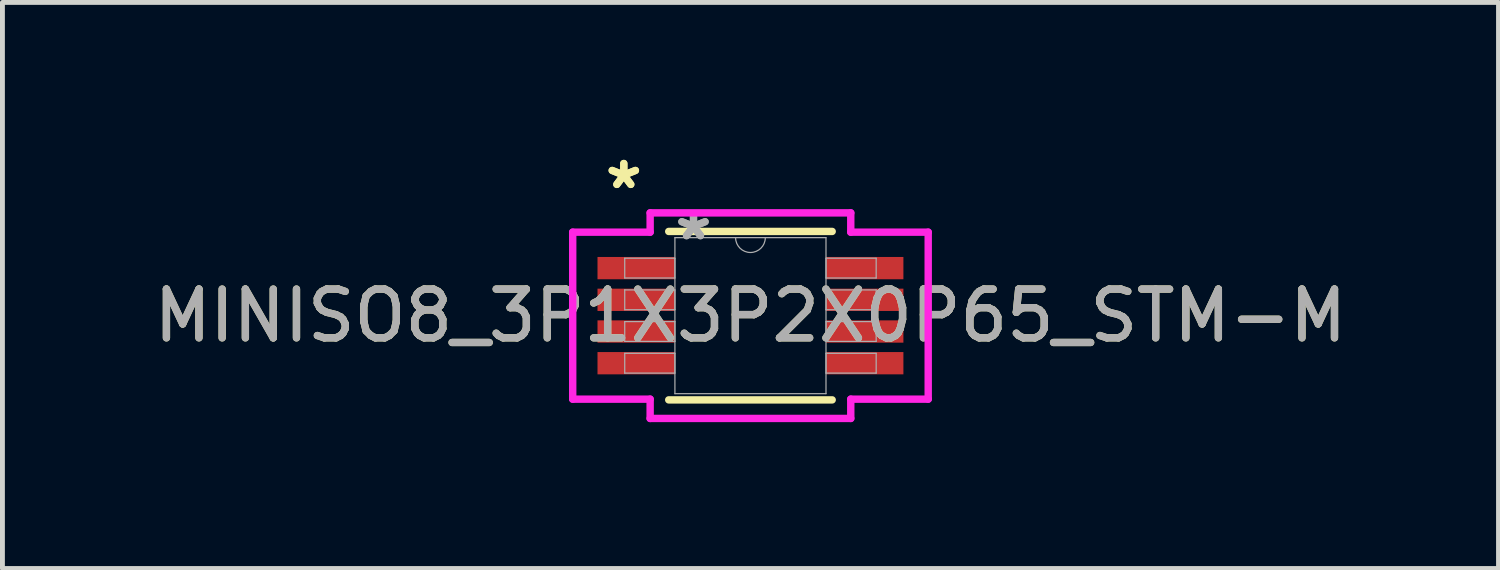
<source format=kicad_pcb>
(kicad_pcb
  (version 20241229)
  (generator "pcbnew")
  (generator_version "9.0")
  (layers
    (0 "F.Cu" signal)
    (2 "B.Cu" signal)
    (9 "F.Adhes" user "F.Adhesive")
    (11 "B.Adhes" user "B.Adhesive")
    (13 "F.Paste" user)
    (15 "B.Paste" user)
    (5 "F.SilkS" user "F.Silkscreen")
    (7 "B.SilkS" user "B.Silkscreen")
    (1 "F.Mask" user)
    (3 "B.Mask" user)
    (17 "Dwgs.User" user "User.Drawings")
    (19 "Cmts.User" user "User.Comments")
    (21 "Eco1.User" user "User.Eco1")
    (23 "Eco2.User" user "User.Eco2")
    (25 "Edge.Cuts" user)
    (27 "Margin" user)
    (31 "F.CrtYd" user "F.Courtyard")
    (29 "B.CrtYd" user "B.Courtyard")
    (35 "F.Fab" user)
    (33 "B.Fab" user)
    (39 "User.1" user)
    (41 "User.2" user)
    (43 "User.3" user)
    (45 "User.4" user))
  (footprint "MINISO8_3P1X3P2X0P65_STM-M"
    (layer "F.Cu")
    (at 12.339 3.423)
    (property "Reference" "MINISO8_3P1X3P2X0P65_STM-M" (at 0 0 0) (unlocked yes) (layer "F.SilkS") (effects (font (size 1 1) (thickness 0.15))))
    (attr smd)
    (fp_line (start -1.676 1.727) (end 1.676 1.727) (stroke (width 0.152) (type solid)) (layer "F.SilkS"))
    (fp_line (start 1.676 -1.727) (end -1.676 -1.727) (stroke (width 0.152) (type solid)) (layer "F.SilkS"))
    (fp_line (start -3.645 -1.712) (end -2.057 -1.712) (stroke (width 0.152) (type solid)) (layer "F.CrtYd"))
    (fp_line (start -3.645 1.712) (end -3.645 -1.712) (stroke (width 0.152) (type solid)) (layer "F.CrtYd"))
    (fp_line (start -3.645 1.712) (end -2.057 1.712) (stroke (width 0.152) (type solid)) (layer "F.CrtYd"))
    (fp_line (start -2.057 -2.108) (end 2.057 -2.108) (stroke (width 0.152) (type solid)) (layer "F.CrtYd"))
    (fp_line (start -2.057 -1.712) (end -2.057 -2.108) (stroke (width 0.152) (type solid)) (layer "F.CrtYd"))
    (fp_line (start -2.057 2.108) (end -2.057 1.712) (stroke (width 0.152) (type solid)) (layer "F.CrtYd"))
    (fp_line (start 2.057 -2.108) (end 2.057 -1.712) (stroke (width 0.152) (type solid)) (layer "F.CrtYd"))
    (fp_line (start 2.057 1.712) (end 2.057 2.108) (stroke (width 0.152) (type solid)) (layer "F.CrtYd"))
    (fp_line (start 2.057 2.108) (end -2.057 2.108) (stroke (width 0.152) (type solid)) (layer "F.CrtYd"))
    (fp_line (start 3.645 -1.712) (end 2.057 -1.712) (stroke (width 0.152) (type solid)) (layer "F.CrtYd"))
    (fp_line (start 3.645 -1.712) (end 3.645 1.712) (stroke (width 0.152) (type solid)) (layer "F.CrtYd"))
    (fp_line (start 3.645 1.712) (end 2.057 1.712) (stroke (width 0.152) (type solid)) (layer "F.CrtYd"))
    (fp_line (start -2.578 -1.178) (end -2.578 -0.772) (stroke (width 0.025) (type solid)) (layer "F.Fab"))
    (fp_line (start -2.578 -0.772) (end -1.549 -0.772) (stroke (width 0.025) (type solid)) (layer "F.Fab"))
    (fp_line (start -2.578 -0.528) (end -2.578 -0.122) (stroke (width 0.025) (type solid)) (layer "F.Fab"))
    (fp_line (start -2.578 -0.122) (end -1.549 -0.122) (stroke (width 0.025) (type solid)) (layer "F.Fab"))
    (fp_line (start -2.578 0.122) (end -2.578 0.528) (stroke (width 0.025) (type solid)) (layer "F.Fab"))
    (fp_line (start -2.578 0.528) (end -1.549 0.528) (stroke (width 0.025) (type solid)) (layer "F.Fab"))
    (fp_line (start -2.578 0.772) (end -2.578 1.178) (stroke (width 0.025) (type solid)) (layer "F.Fab"))
    (fp_line (start -2.578 1.178) (end -1.549 1.178) (stroke (width 0.025) (type solid)) (layer "F.Fab"))
    (fp_line (start -1.549 -1.6) (end -1.549 1.6) (stroke (width 0.025) (type solid)) (layer "F.Fab"))
    (fp_line (start -1.549 -1.178) (end -2.578 -1.178) (stroke (width 0.025) (type solid)) (layer "F.Fab"))
    (fp_line (start -1.549 -0.772) (end -1.549 -1.178) (stroke (width 0.025) (type solid)) (layer "F.Fab"))
    (fp_line (start -1.549 -0.528) (end -2.578 -0.528) (stroke (width 0.025) (type solid)) (layer "F.Fab"))
    (fp_line (start -1.549 -0.122) (end -1.549 -0.528) (stroke (width 0.025) (type solid)) (layer "F.Fab"))
    (fp_line (start -1.549 0.122) (end -2.578 0.122) (stroke (width 0.025) (type solid)) (layer "F.Fab"))
    (fp_line (start -1.549 0.528) (end -1.549 0.122) (stroke (width 0.025) (type solid)) (layer "F.Fab"))
    (fp_line (start -1.549 0.772) (end -2.578 0.772) (stroke (width 0.025) (type solid)) (layer "F.Fab"))
    (fp_line (start -1.549 1.178) (end -1.549 0.772) (stroke (width 0.025) (type solid)) (layer "F.Fab"))
    (fp_line (start -1.549 1.6) (end 1.549 1.6) (stroke (width 0.025) (type solid)) (layer "F.Fab"))
    (fp_line (start 1.549 -1.6) (end -1.549 -1.6) (stroke (width 0.025) (type solid)) (layer "F.Fab"))
    (fp_line (start 1.549 -1.178) (end 1.549 -0.772) (stroke (width 0.025) (type solid)) (layer "F.Fab"))
    (fp_line (start 1.549 -0.772) (end 2.578 -0.772) (stroke (width 0.025) (type solid)) (layer "F.Fab"))
    (fp_line (start 1.549 -0.528) (end 1.549 -0.122) (stroke (width 0.025) (type solid)) (layer "F.Fab"))
    (fp_line (start 1.549 -0.122) (end 2.578 -0.122) (stroke (width 0.025) (type solid)) (layer "F.Fab"))
    (fp_line (start 1.549 0.122) (end 1.549 0.528) (stroke (width 0.025) (type solid)) (layer "F.Fab"))
    (fp_line (start 1.549 0.528) (end 2.578 0.528) (stroke (width 0.025) (type solid)) (layer "F.Fab"))
    (fp_line (start 1.549 0.772) (end 1.549 1.178) (stroke (width 0.025) (type solid)) (layer "F.Fab"))
    (fp_line (start 1.549 1.178) (end 2.578 1.178) (stroke (width 0.025) (type solid)) (layer "F.Fab"))
    (fp_line (start 1.549 1.6) (end 1.549 -1.6) (stroke (width 0.025) (type solid)) (layer "F.Fab"))
    (fp_line (start 2.578 -1.178) (end 1.549 -1.178) (stroke (width 0.025) (type solid)) (layer "F.Fab"))
    (fp_line (start 2.578 -0.772) (end 2.578 -1.178) (stroke (width 0.025) (type solid)) (layer "F.Fab"))
    (fp_line (start 2.578 -0.528) (end 1.549 -0.528) (stroke (width 0.025) (type solid)) (layer "F.Fab"))
    (fp_line (start 2.578 -0.122) (end 2.578 -0.528) (stroke (width 0.025) (type solid)) (layer "F.Fab"))
    (fp_line (start 2.578 0.122) (end 1.549 0.122) (stroke (width 0.025) (type solid)) (layer "F.Fab"))
    (fp_line (start 2.578 0.528) (end 2.578 0.122) (stroke (width 0.025) (type solid)) (layer "F.Fab"))
    (fp_line (start 2.578 0.772) (end 1.549 0.772) (stroke (width 0.025) (type solid)) (layer "F.Fab"))
    (fp_line (start 2.578 1.178) (end 2.578 0.772) (stroke (width 0.025) (type solid)) (layer "F.Fab"))
    (fp_arc (start 0.3048 -1.6002) (mid 0 -1.2954) (end -0.3048 -1.6002) (stroke (width 0.0254) (type solid)) (layer "F.Fab"))
    (fp_text user "*" (at -2.597 -2.575 0) (layer "F.SilkS") (effects (font (size 1 1) (thickness 0.15))))
    (fp_text user "*" (at -2.597 -2.575 0) (unlocked yes) (layer "F.SilkS") (effects (font (size 1 1) (thickness 0.15))))
    (fp_text user "*" (at -1.168 -1.524 0) (layer "F.Fab") (effects (font (size 1 1) (thickness 0.15))))
    (fp_text user "${REFERENCE}" (at 0 0 0) (unlocked yes) (layer "F.Fab") (effects (font (size 1 1) (thickness 0.15))))
    (fp_text user "*" (at -1.168 -1.524 0) (unlocked yes) (layer "F.Fab") (effects (font (size 1 1) (thickness 0.15))))
    (pad "1" smd rect (at -2.343 -0.975) (size 1.587 0.457) (layers "F.Cu" "F.Mask" "F.Paste"))
    (pad "2" smd rect (at -2.343 -0.325) (size 1.587 0.457) (layers "F.Cu" "F.Mask" "F.Paste"))
    (pad "3" smd rect (at -2.343 0.325) (size 1.587 0.457) (layers "F.Cu" "F.Mask" "F.Paste"))
    (pad "4" smd rect (at -2.343 0.975) (size 1.587 0.457) (layers "F.Cu" "F.Mask" "F.Paste"))
    (pad "5" smd rect (at 2.343 0.975) (size 1.587 0.457) (layers "F.Cu" "F.Mask" "F.Paste"))
    (pad "6" smd rect (at 2.343 0.325) (size 1.587 0.457) (layers "F.Cu" "F.Mask" "F.Paste"))
    (pad "7" smd rect (at 2.343 -0.325) (size 1.587 0.457) (layers "F.Cu" "F.Mask" "F.Paste"))
    (pad "8" smd rect (at 2.343 -0.975) (size 1.587 0.457) (layers "F.Cu" "F.Mask" "F.Paste")))
  (gr_rect
    (start -3 -3)
    (end 27.679 8.608)
    (stroke (width 0.1) (type default))
    (fill no)
    (layer "Edge.Cuts")))
</source>
